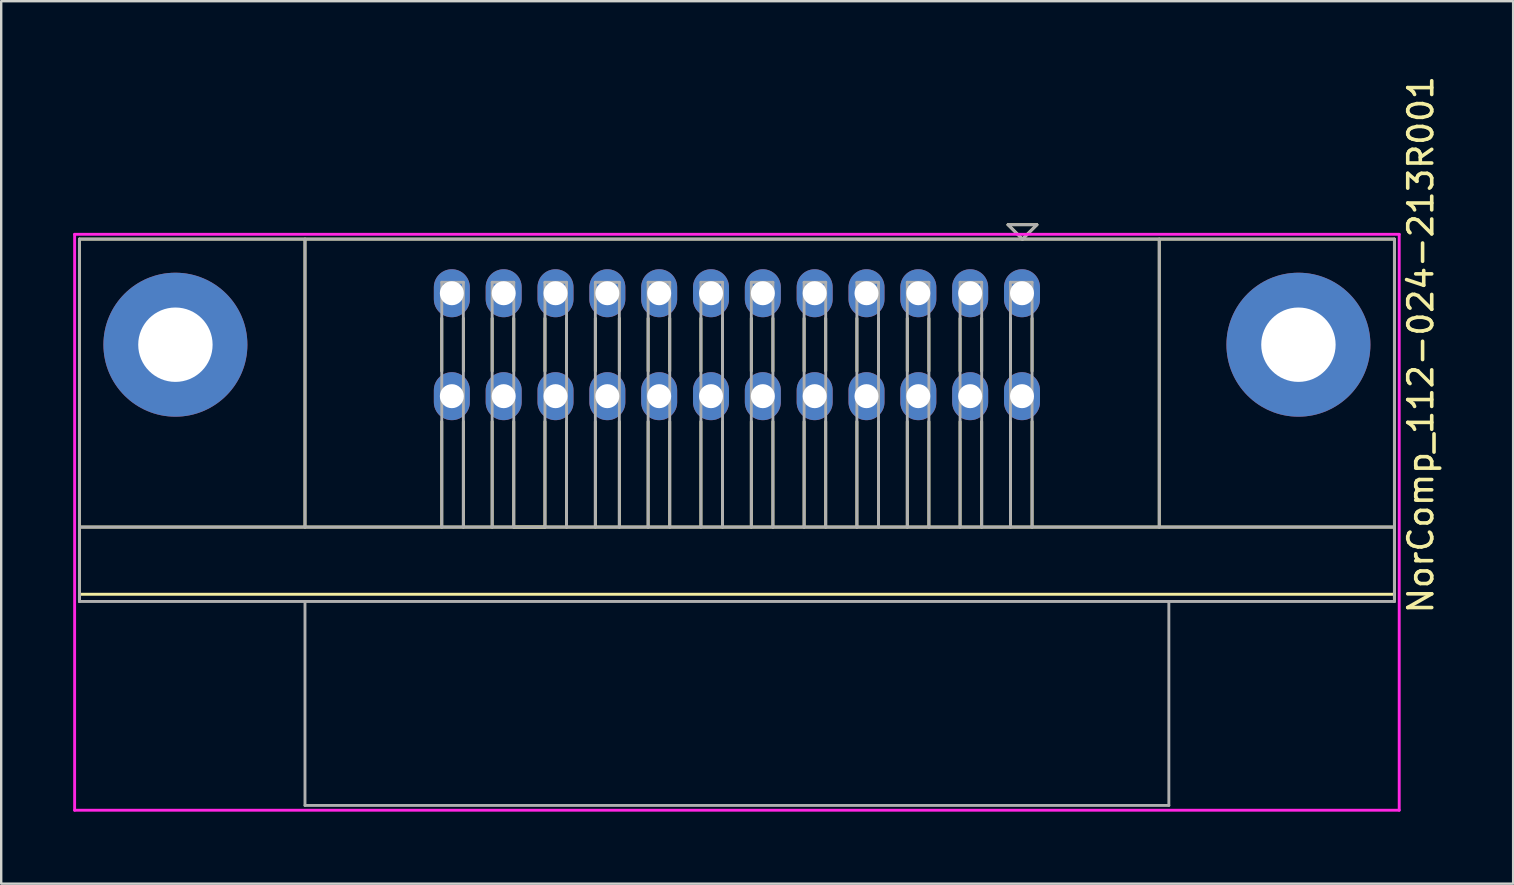
<source format=kicad_pcb>
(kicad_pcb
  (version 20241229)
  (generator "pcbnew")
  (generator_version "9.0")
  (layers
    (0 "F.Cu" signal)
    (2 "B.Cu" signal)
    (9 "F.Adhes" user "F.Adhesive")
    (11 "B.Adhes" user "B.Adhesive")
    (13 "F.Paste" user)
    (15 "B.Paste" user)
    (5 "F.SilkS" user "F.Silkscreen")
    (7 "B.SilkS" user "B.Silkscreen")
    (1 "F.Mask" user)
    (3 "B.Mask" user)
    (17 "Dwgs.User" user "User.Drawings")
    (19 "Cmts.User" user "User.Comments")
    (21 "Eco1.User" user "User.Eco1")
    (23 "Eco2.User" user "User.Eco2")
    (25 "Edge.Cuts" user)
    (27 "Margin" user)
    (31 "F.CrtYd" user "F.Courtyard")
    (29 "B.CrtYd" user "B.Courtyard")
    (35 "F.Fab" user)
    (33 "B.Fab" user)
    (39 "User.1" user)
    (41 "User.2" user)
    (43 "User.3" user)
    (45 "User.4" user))
  (footprint "NorComp_112-024-213R001"
    (layer "F.Cu")
    (at 27.66 11.315)
    (property "Reference" "NorComp_112-024-213R001" (at 28.5 0 90) (layer "F.SilkS") (effects (font (size 1 1) (thickness 0.15))))
    (attr through_hole)
    (fp_line (start -27.4 -4.4) (end 27.4 -4.4) (stroke (width 0.12) (type solid)) (layer "F.SilkS"))
    (fp_line (start -27.4 7.6) (end 27.4 7.6) (stroke (width 0.12) (type solid)) (layer "F.SilkS"))
    (fp_line (start -27.4 10.4) (end 27.4 10.4) (stroke (width 0.12) (type solid)) (layer "F.SilkS"))
    (fp_line (start -27.4 10.7) (end -27.4 -4.4) (stroke (width 0.12) (type solid)) (layer "F.SilkS"))
    (fp_line (start -18 7.6) (end -18 -4.4) (stroke (width 0.12) (type solid)) (layer "F.SilkS"))
    (fp_line (start -12.3 -1.1) (end -12.3 1.1) (stroke (width 0.12) (type solid)) (layer "F.SilkS"))
    (fp_line (start -12.3 7.6) (end -12.3 3.2) (stroke (width 0.12) (type solid)) (layer "F.SilkS"))
    (fp_line (start -11.4 1.1) (end -11.4 -1.1) (stroke (width 0.12) (type solid)) (layer "F.SilkS"))
    (fp_line (start -11.4 3.2) (end -11.4 7.6) (stroke (width 0.12) (type solid)) (layer "F.SilkS"))
    (fp_line (start -10.2 -1.1) (end -10.2 1.1) (stroke (width 0.12) (type solid)) (layer "F.SilkS"))
    (fp_line (start -10.2 7.6) (end -10.2 3.2) (stroke (width 0.12) (type solid)) (layer "F.SilkS"))
    (fp_line (start -9.3 1.1) (end -9.3 -1.1) (stroke (width 0.12) (type solid)) (layer "F.SilkS"))
    (fp_line (start -9.3 3.2) (end -9.3 7.6) (stroke (width 0.12) (type solid)) (layer "F.SilkS"))
    (fp_line (start -9.3 7.6) (end -8 7.6) (stroke (width 0.12) (type solid)) (layer "F.SilkS"))
    (fp_line (start -8 -1.1) (end -8 1.1) (stroke (width 0.12) (type solid)) (layer "F.SilkS"))
    (fp_line (start -8 7.6) (end -8 3.2) (stroke (width 0.12) (type solid)) (layer "F.SilkS"))
    (fp_line (start -7.1 1.1) (end -7.1 -1.1) (stroke (width 0.12) (type solid)) (layer "F.SilkS"))
    (fp_line (start -7.1 3.2) (end -7.1 7.6) (stroke (width 0.12) (type solid)) (layer "F.SilkS"))
    (fp_line (start -5.9 -1.1) (end -5.9 1.1) (stroke (width 0.12) (type solid)) (layer "F.SilkS"))
    (fp_line (start -5.9 7.6) (end -5.9 3.2) (stroke (width 0.12) (type solid)) (layer "F.SilkS"))
    (fp_line (start -4.9 1.1) (end -4.9 -1.1) (stroke (width 0.12) (type solid)) (layer "F.SilkS"))
    (fp_line (start -4.9 3.2) (end -4.9 7.6) (stroke (width 0.12) (type solid)) (layer "F.SilkS"))
    (fp_line (start -3.7 -1.1) (end -3.7 1.1) (stroke (width 0.12) (type solid)) (layer "F.SilkS"))
    (fp_line (start -3.7 7.6) (end -3.7 3.2) (stroke (width 0.12) (type solid)) (layer "F.SilkS"))
    (fp_line (start -2.8 1.1) (end -2.8 -1.1) (stroke (width 0.12) (type solid)) (layer "F.SilkS"))
    (fp_line (start -2.8 3.2) (end -2.8 7.6) (stroke (width 0.12) (type solid)) (layer "F.SilkS"))
    (fp_line (start -1.5 -1.1) (end -1.5 1.1) (stroke (width 0.12) (type solid)) (layer "F.SilkS"))
    (fp_line (start -1.5 7.6) (end -1.5 3.2) (stroke (width 0.12) (type solid)) (layer "F.SilkS"))
    (fp_line (start -0.6 1.1) (end -0.6 -1.1) (stroke (width 0.12) (type solid)) (layer "F.SilkS"))
    (fp_line (start -0.6 3.2) (end -0.6 7.6) (stroke (width 0.12) (type solid)) (layer "F.SilkS"))
    (fp_line (start 0.6 -1.1) (end 0.6 1.1) (stroke (width 0.12) (type solid)) (layer "F.SilkS"))
    (fp_line (start 0.6 7.6) (end 0.6 3.2) (stroke (width 0.12) (type solid)) (layer "F.SilkS"))
    (fp_line (start 1.5 1.1) (end 1.5 -1.1) (stroke (width 0.12) (type solid)) (layer "F.SilkS"))
    (fp_line (start 1.5 3.2) (end 1.5 7.6) (stroke (width 0.12) (type solid)) (layer "F.SilkS"))
    (fp_line (start 2.8 -1.1) (end 2.8 1.1) (stroke (width 0.12) (type solid)) (layer "F.SilkS"))
    (fp_line (start 2.8 7.6) (end 2.8 3.2) (stroke (width 0.12) (type solid)) (layer "F.SilkS"))
    (fp_line (start 3.7 1.1) (end 3.7 -1.1) (stroke (width 0.12) (type solid)) (layer "F.SilkS"))
    (fp_line (start 3.7 3.2) (end 3.7 7.6) (stroke (width 0.12) (type solid)) (layer "F.SilkS"))
    (fp_line (start 5 -1.1) (end 5 1.1) (stroke (width 0.12) (type solid)) (layer "F.SilkS"))
    (fp_line (start 5 7.6) (end 5 3.2) (stroke (width 0.12) (type solid)) (layer "F.SilkS"))
    (fp_line (start 5.9 1.1) (end 5.9 -1.1) (stroke (width 0.12) (type solid)) (layer "F.SilkS"))
    (fp_line (start 5.9 3.2) (end 5.9 7.6) (stroke (width 0.12) (type solid)) (layer "F.SilkS"))
    (fp_line (start 7.1 -1.1) (end 7.1 1.1) (stroke (width 0.12) (type solid)) (layer "F.SilkS"))
    (fp_line (start 7.1 7.6) (end 7.1 3.2) (stroke (width 0.12) (type solid)) (layer "F.SilkS"))
    (fp_line (start 8 1.1) (end 8 -1.1) (stroke (width 0.12) (type solid)) (layer "F.SilkS"))
    (fp_line (start 8 3.2) (end 8 7.6) (stroke (width 0.12) (type solid)) (layer "F.SilkS"))
    (fp_line (start 9.3 -1.1) (end 9.3 1.1) (stroke (width 0.12) (type solid)) (layer "F.SilkS"))
    (fp_line (start 9.3 7.6) (end 9.3 3.2) (stroke (width 0.12) (type solid)) (layer "F.SilkS"))
    (fp_line (start 10.2 1.1) (end 10.2 -1.1) (stroke (width 0.12) (type solid)) (layer "F.SilkS"))
    (fp_line (start 10.2 3.2) (end 10.2 7.6) (stroke (width 0.12) (type solid)) (layer "F.SilkS"))
    (fp_line (start 11.3 -5) (end 12.5 -5) (stroke (width 0.12) (type solid)) (layer "F.SilkS"))
    (fp_line (start 11.4 -1.1) (end 11.4 1.1) (stroke (width 0.12) (type solid)) (layer "F.SilkS"))
    (fp_line (start 11.4 7.6) (end 11.4 3.2) (stroke (width 0.12) (type solid)) (layer "F.SilkS"))
    (fp_line (start 11.9 -4.4) (end 11.3 -5) (stroke (width 0.12) (type solid)) (layer "F.SilkS"))
    (fp_line (start 12.3 1.1) (end 12.3 -1.1) (stroke (width 0.12) (type solid)) (layer "F.SilkS"))
    (fp_line (start 12.3 3.2) (end 12.3 7.6) (stroke (width 0.12) (type solid)) (layer "F.SilkS"))
    (fp_line (start 12.5 -5) (end 11.9 -4.4) (stroke (width 0.12) (type solid)) (layer "F.SilkS"))
    (fp_line (start 17.6 7.6) (end 17.6 -4.4) (stroke (width 0.12) (type solid)) (layer "F.SilkS"))
    (fp_line (start 27.4 -4.4) (end 27.4 10.7) (stroke (width 0.12) (type solid)) (layer "F.SilkS"))
    (fp_line (start -27.6 -4.6) (end 27.6 -4.6) (stroke (width 0.12) (type solid)) (layer "F.CrtYd"))
    (fp_line (start -27.6 19.4) (end -27.6 -4.6) (stroke (width 0.12) (type solid)) (layer "F.CrtYd"))
    (fp_line (start 27.6 -4.6) (end 27.6 19.4) (stroke (width 0.12) (type solid)) (layer "F.CrtYd"))
    (fp_line (start 27.6 19.4) (end -27.6 19.4) (stroke (width 0.12) (type solid)) (layer "F.CrtYd"))
    (fp_line (start -27.4 -4.4) (end -27.4 10.7) (stroke (width 0.12) (type solid)) (layer "F.Fab"))
    (fp_line (start -27.4 7.6) (end 27.4 7.6) (stroke (width 0.12) (type solid)) (layer "F.Fab"))
    (fp_line (start -27.4 10.7) (end 27.4 10.7) (stroke (width 0.12) (type solid)) (layer "F.Fab"))
    (fp_line (start -18 7.6) (end -18 -4.4) (stroke (width 0.12) (type solid)) (layer "F.Fab"))
    (fp_line (start -18 10.7) (end -18 19.2) (stroke (width 0.12) (type solid)) (layer "F.Fab"))
    (fp_line (start -18 19.2) (end 18 19.2) (stroke (width 0.12) (type solid)) (layer "F.Fab"))
    (fp_line (start -12.3 -2.6) (end -11.4 -2.6) (stroke (width 0.12) (type solid)) (layer "F.Fab"))
    (fp_line (start -12.3 7.6) (end -12.3 -2.6) (stroke (width 0.12) (type solid)) (layer "F.Fab"))
    (fp_line (start -11.4 -2.6) (end -11.4 7.6) (stroke (width 0.12) (type solid)) (layer "F.Fab"))
    (fp_line (start -10.2 -2.6) (end -9.3 -2.6) (stroke (width 0.12) (type solid)) (layer "F.Fab"))
    (fp_line (start -10.2 7.6) (end -10.2 -2.6) (stroke (width 0.12) (type solid)) (layer "F.Fab"))
    (fp_line (start -9.3 -2.6) (end -9.3 7.6) (stroke (width 0.12) (type solid)) (layer "F.Fab"))
    (fp_line (start -8 -2.6) (end -7.1 -2.6) (stroke (width 0.12) (type solid)) (layer "F.Fab"))
    (fp_line (start -8 7.6) (end -8 -2.6) (stroke (width 0.12) (type solid)) (layer "F.Fab"))
    (fp_line (start -7.1 -2.6) (end -7.1 7.6) (stroke (width 0.12) (type solid)) (layer "F.Fab"))
    (fp_line (start -5.9 -2.6) (end -4.9 -2.6) (stroke (width 0.12) (type solid)) (layer "F.Fab"))
    (fp_line (start -5.9 7.5) (end -5.9 -2.6) (stroke (width 0.12) (type solid)) (layer "F.Fab"))
    (fp_line (start -4.9 -2.6) (end -4.9 7.6) (stroke (width 0.12) (type solid)) (layer "F.Fab"))
    (fp_line (start -3.7 -2.6) (end -2.8 -2.6) (stroke (width 0.12) (type solid)) (layer "F.Fab"))
    (fp_line (start -3.7 7.6) (end -3.7 -2.6) (stroke (width 0.12) (type solid)) (layer "F.Fab"))
    (fp_line (start -2.8 -2.6) (end -2.8 7.6) (stroke (width 0.12) (type solid)) (layer "F.Fab"))
    (fp_line (start -1.5 -2.6) (end -0.6 -2.6) (stroke (width 0.12) (type solid)) (layer "F.Fab"))
    (fp_line (start -1.5 7.6) (end -1.5 -2.6) (stroke (width 0.12) (type solid)) (layer "F.Fab"))
    (fp_line (start -0.6 -2.6) (end -0.6 7.6) (stroke (width 0.12) (type solid)) (layer "F.Fab"))
    (fp_line (start 0.6 -2.6) (end 1.5 -2.6) (stroke (width 0.12) (type solid)) (layer "F.Fab"))
    (fp_line (start 0.6 7.6) (end 0.6 -2.6) (stroke (width 0.12) (type solid)) (layer "F.Fab"))
    (fp_line (start 1.5 -2.6) (end 1.5 7.6) (stroke (width 0.12) (type solid)) (layer "F.Fab"))
    (fp_line (start 2.8 -2.6) (end 3.7 -2.6) (stroke (width 0.12) (type solid)) (layer "F.Fab"))
    (fp_line (start 2.8 7.6) (end 2.8 -2.6) (stroke (width 0.12) (type solid)) (layer "F.Fab"))
    (fp_line (start 3.7 -2.6) (end 3.7 7.6) (stroke (width 0.12) (type solid)) (layer "F.Fab"))
    (fp_line (start 5 -2.6) (end 5.9 -2.6) (stroke (width 0.12) (type solid)) (layer "F.Fab"))
    (fp_line (start 5 7.6) (end 5 -2.6) (stroke (width 0.12) (type solid)) (layer "F.Fab"))
    (fp_line (start 5.9 -2.6) (end 5.9 7.6) (stroke (width 0.12) (type solid)) (layer "F.Fab"))
    (fp_line (start 7.1 -2.6) (end 8 -2.6) (stroke (width 0.12) (type solid)) (layer "F.Fab"))
    (fp_line (start 7.1 7.6) (end 7.1 -2.6) (stroke (width 0.12) (type solid)) (layer "F.Fab"))
    (fp_line (start 8 -2.6) (end 8 7.6) (stroke (width 0.12) (type solid)) (layer "F.Fab"))
    (fp_line (start 9.3 -2.6) (end 10.2 -2.6) (stroke (width 0.12) (type solid)) (layer "F.Fab"))
    (fp_line (start 9.3 7.6) (end 9.3 -2.6) (stroke (width 0.12) (type solid)) (layer "F.Fab"))
    (fp_line (start 10.2 -2.6) (end 10.2 7.6) (stroke (width 0.12) (type solid)) (layer "F.Fab"))
    (fp_line (start 11.3 -5) (end 12.5 -5) (stroke (width 0.12) (type solid)) (layer "F.Fab"))
    (fp_line (start 11.4 -2.6) (end 12.3 -2.6) (stroke (width 0.12) (type solid)) (layer "F.Fab"))
    (fp_line (start 11.4 7.6) (end 11.4 -2.6) (stroke (width 0.12) (type solid)) (layer "F.Fab"))
    (fp_line (start 11.9 -4.4) (end 11.3 -5) (stroke (width 0.12) (type solid)) (layer "F.Fab"))
    (fp_line (start 12.3 -2.6) (end 12.3 7.6) (stroke (width 0.12) (type solid)) (layer "F.Fab"))
    (fp_line (start 12.5 -5) (end 11.9 -4.4) (stroke (width 0.12) (type solid)) (layer "F.Fab"))
    (fp_line (start 17.6 7.6) (end 17.6 -4.4) (stroke (width 0.12) (type solid)) (layer "F.Fab"))
    (fp_line (start 18 19.2) (end 18 10.7) (stroke (width 0.12) (type solid)) (layer "F.Fab"))
    (fp_line (start 27.4 -4.4) (end -27.4 -4.4) (stroke (width 0.12) (type solid)) (layer "F.Fab"))
    (fp_line (start 27.4 10.7) (end 27.4 -4.4) (stroke (width 0.12) (type solid)) (layer "F.Fab"))
    (pad "1" thru_hole oval (at 11.88 -2.145 180) (size 1.5 2) (drill 1) (layers "*.Cu" "*.Mask"))
    (pad "2" thru_hole oval (at 9.72 -2.145 180) (size 1.5 2) (drill 1) (layers "*.Cu" "*.Mask"))
    (pad "3" thru_hole oval (at 7.56 -2.145 180) (size 1.5 2) (drill 1) (layers "*.Cu" "*.Mask"))
    (pad "4" thru_hole oval (at 5.4 -2.145 180) (size 1.5 2) (drill 1) (layers "*.Cu" "*.Mask"))
    (pad "5" thru_hole oval (at 3.24 -2.145 180) (size 1.5 2) (drill 1) (layers "*.Cu" "*.Mask"))
    (pad "6" thru_hole oval (at 1.08 -2.145 180) (size 1.5 2) (drill 1) (layers "*.Cu" "*.Mask"))
    (pad "7" thru_hole oval (at -1.08 -2.145 180) (size 1.5 2) (drill 1) (layers "*.Cu" "*.Mask"))
    (pad "8" thru_hole oval (at -3.24 -2.145 180) (size 1.5 2) (drill 1) (layers "*.Cu" "*.Mask"))
    (pad "9" thru_hole oval (at -5.4 -2.145 180) (size 1.5 2) (drill 1) (layers "*.Cu" "*.Mask"))
    (pad "10" thru_hole oval (at -7.56 -2.145 180) (size 1.5 2) (drill 1) (layers "*.Cu" "*.Mask"))
    (pad "11" thru_hole oval (at -9.72 -2.145 180) (size 1.5 2) (drill 1) (layers "*.Cu" "*.Mask"))
    (pad "12" thru_hole oval (at -11.88 -2.145 180) (size 1.5 2) (drill 1) (layers "*.Cu" "*.Mask"))
    (pad "13" thru_hole oval (at 11.88 2.145 180) (size 1.5 2) (drill 1) (layers "*.Cu" "*.Mask"))
    (pad "14" thru_hole oval (at 9.72 2.145 180) (size 1.5 2) (drill 1) (layers "*.Cu" "*.Mask"))
    (pad "15" thru_hole oval (at 7.56 2.145 180) (size 1.5 2) (drill 1) (layers "*.Cu" "*.Mask"))
    (pad "16" thru_hole oval (at 5.4 2.145 180) (size 1.5 2) (drill 1) (layers "*.Cu" "*.Mask"))
    (pad "17" thru_hole oval (at 3.24 2.145 180) (size 1.5 2) (drill 1) (layers "*.Cu" "*.Mask"))
    (pad "18" thru_hole oval (at 1.08 2.145 180) (size 1.5 2) (drill 1) (layers "*.Cu" "*.Mask"))
    (pad "19" thru_hole oval (at -1.08 2.145 180) (size 1.5 2) (drill 1) (layers "*.Cu" "*.Mask"))
    (pad "20" thru_hole oval (at -3.24 2.145 180) (size 1.5 2) (drill 1) (layers "*.Cu" "*.Mask"))
    (pad "21" thru_hole oval (at -5.4 2.145 180) (size 1.5 2) (drill 1) (layers "*.Cu" "*.Mask"))
    (pad "22" thru_hole oval (at -7.56 2.145 180) (size 1.5 2) (drill 1) (layers "*.Cu" "*.Mask"))
    (pad "23" thru_hole oval (at -9.72 2.145 180) (size 1.5 2) (drill 1) (layers "*.Cu" "*.Mask"))
    (pad "24" thru_hole oval (at -11.88 2.145 180) (size 1.5 2) (drill 1) (layers "*.Cu" "*.Mask"))
    (pad "25" thru_hole circle (at -23.4 0) (size 6 6) (drill 3.1) (layers "*.Cu" "*.Mask"))
    (pad "25" thru_hole circle (at 23.4 0) (size 6 6) (drill 3.1) (layers "*.Cu" "*.Mask")))
  (gr_rect
    (start -3 -3)
    (end 60.008 33.775)
    (stroke (width 0.1) (type default))
    (fill no)
    (layer "Edge.Cuts")))
</source>
